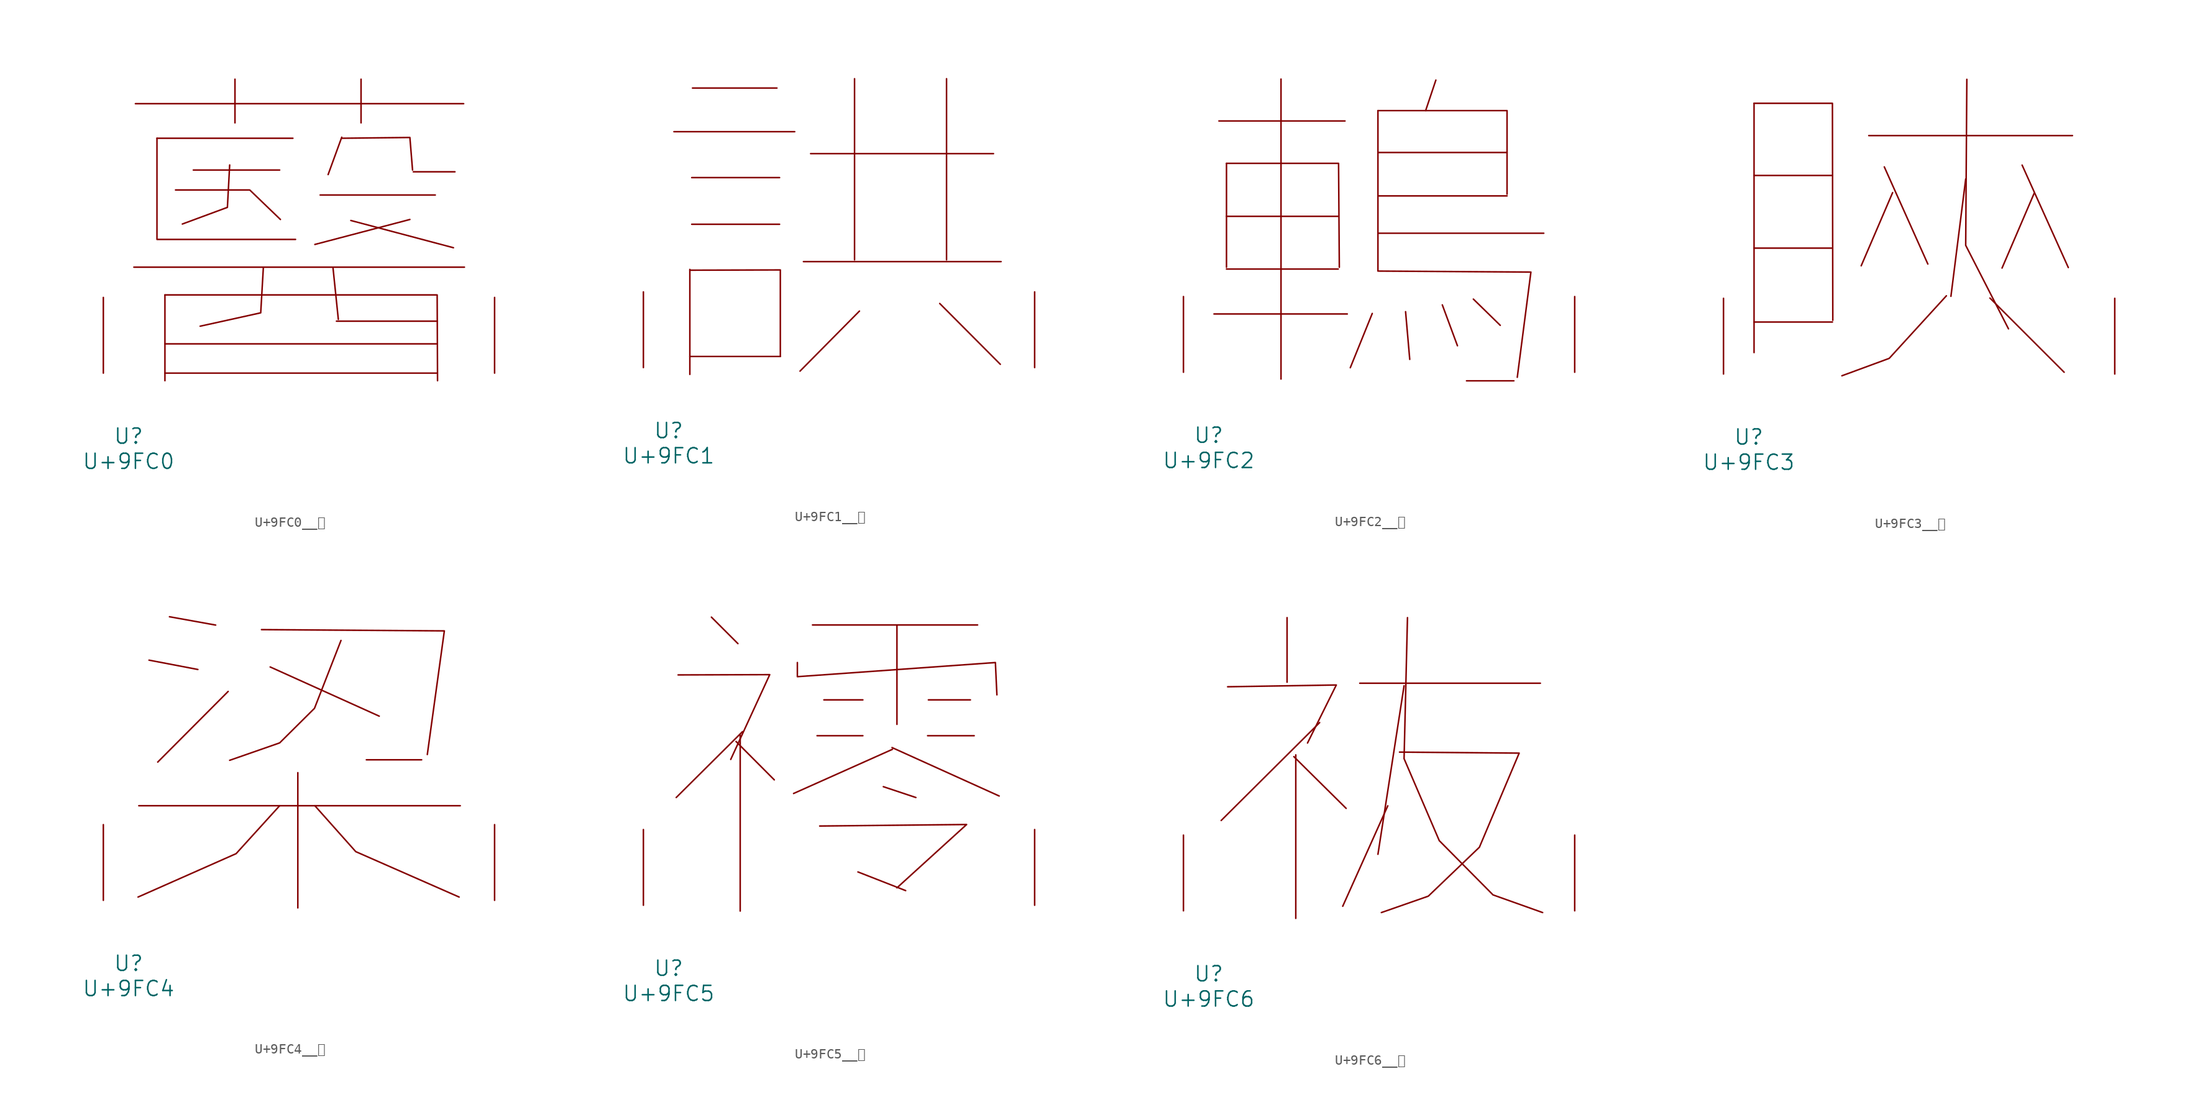
<source format=kicad_sym>
(kicad_symbol_lib
  (version 20231120)
  (generator "kicad_symbol_editor")
  (generator_version "8.0")
  (symbol "U+9FC0__鿀"
    (pin_names
      (offset 1.016))
    (property "Reference" "U"
      (at 0 -6.35 0)
      (effects (font (size 1.524 1.524))))
    (property "Value" "U+9FC0"
      (at 0 -8.89 0)
      (effects (font (size 1.524 1.524))))
    (symbol "U+9FC0__鿀_0_1"
      (polyline (pts (xy 0.533 10.668) (xy 33.795 10.668)) (stroke (width 0) (type solid)) (fill (type none)))
      (polyline (pts (xy 0.686 27.127) (xy 33.718 27.127)) (stroke (width 0) (type solid)) (fill (type none)))
      (polyline (pts (xy 2.857 13.462) (xy 16.802 13.462)) (stroke (width 0) (type solid)) (fill (type none)))
      (polyline (pts (xy 2.857 23.647) (xy 2.857 13.538)) (stroke (width 0) (type solid)) (fill (type none)))
      (polyline (pts (xy 2.857 23.647) (xy 16.535 23.647)) (stroke (width 0) (type solid)) (fill (type none)))
      (polyline (pts (xy 3.658 0) (xy 31.052 0)) (stroke (width 0) (type solid)) (fill (type none)))
      (polyline (pts (xy 3.658 2.946) (xy 31.052 2.946)) (stroke (width 0) (type solid)) (fill (type none)))
      (polyline (pts (xy 3.658 7.874) (xy 3.658 -0.762)) (stroke (width 0) (type solid)) (fill (type none)))
      (polyline (pts (xy 6.515 20.447) (xy 15.202 20.447)) (stroke (width 0) (type solid)) (fill (type none)))
      (polyline (pts (xy 10.706 29.591) (xy 10.706 25.197)) (stroke (width 0) (type solid)) (fill (type none)))
      (polyline (pts (xy 19.279 17.932) (xy 30.861 17.932)) (stroke (width 0) (type solid)) (fill (type none)))
      (polyline (pts (xy 20.574 10.566) (xy 21.107 5.41)) (stroke (width 0) (type solid)) (fill (type none)))
      (polyline (pts (xy 20.917 5.232) (xy 31.052 5.232)) (stroke (width 0) (type solid)) (fill (type none)))
      (polyline (pts (xy 21.45 23.749) (xy 20.079 19.99)) (stroke (width 0) (type solid)) (fill (type none)))
      (polyline (pts (xy 22.365 15.367) (xy 32.69 12.624)) (stroke (width 0) (type solid)) (fill (type none)))
      (polyline (pts (xy 23.393 29.591) (xy 23.393 25.197)) (stroke (width 0) (type solid)) (fill (type none)))
      (polyline (pts (xy 28.308 15.469) (xy 18.745 12.954)) (stroke (width 0) (type solid)) (fill (type none)))
      (polyline (pts (xy 28.651 20.269) (xy 32.842 20.269)) (stroke (width 0) (type solid)) (fill (type none)))
      (polyline (pts (xy 3.658 7.874) (xy 31.052 7.874) (xy 31.09 -0.762)) (stroke (width 0) (type solid)) (fill (type none)))
      (polyline (pts (xy 4.724 18.44) (xy 12.192 18.44) (xy 15.278 15.469)) (stroke (width 0) (type solid)) (fill (type none)))
      (polyline (pts (xy 10.173 20.955) (xy 9.944 16.688) (xy 5.41 15.011)) (stroke (width 0) (type solid)) (fill (type none)))
      (polyline (pts (xy 13.564 10.668) (xy 13.297 6.071) (xy 7.201 4.724)) (stroke (width 0) (type solid)) (fill (type none)))
      (polyline (pts (xy 21.45 23.647) (xy 28.308 23.724) (xy 28.575 20.447)) (stroke (width 0) (type solid)) (fill (type none)))
      (pin input line (at -2.54 0 90) (length 7.62) (name "~" (effects (font (size 1.27 1.27)))) (number "~" (effects (font (size 1.27 1.27)))))
      (pin input line (at 36.83 0 90) (length 7.62) (name "~" (effects (font (size 1.27 1.27)))) (number "~" (effects (font (size 1.27 1.27)))))))
  (symbol "U+9FC1__鿁"
    (pin_names
      (offset 1.016))
    (property "Reference" "U"
      (at 0 -6.35 0)
      (effects (font (size 1.524 1.524))))
    (property "Value" "U+9FC1"
      (at 0 -8.89 0)
      (effects (font (size 1.524 1.524))))
    (symbol "U+9FC1__鿁_0_1"
      (polyline (pts (xy 0.533 23.749) (xy 12.687 23.749)) (stroke (width 0) (type solid)) (fill (type none)))
      (polyline (pts (xy 2.134 1.118) (xy 11.239 1.118)) (stroke (width 0) (type solid)) (fill (type none)))
      (polyline (pts (xy 2.134 9.881) (xy 2.134 -0.686)) (stroke (width 0) (type solid)) (fill (type none)))
      (polyline (pts (xy 2.324 14.427) (xy 11.163 14.427)) (stroke (width 0) (type solid)) (fill (type none)))
      (polyline (pts (xy 2.324 19.126) (xy 11.163 19.126)) (stroke (width 0) (type solid)) (fill (type none)))
      (polyline (pts (xy 2.4 28.143) (xy 10.897 28.143)) (stroke (width 0) (type solid)) (fill (type none)))
      (polyline (pts (xy 13.564 10.668) (xy 33.452 10.668)) (stroke (width 0) (type solid)) (fill (type none)))
      (polyline (pts (xy 14.287 21.539) (xy 32.69 21.539)) (stroke (width 0) (type solid)) (fill (type none)))
      (polyline (pts (xy 18.707 29.083) (xy 18.707 10.846)) (stroke (width 0) (type solid)) (fill (type none)))
      (polyline (pts (xy 19.202 5.69) (xy 13.221 -0.356)) (stroke (width 0) (type solid)) (fill (type none)))
      (polyline (pts (xy 27.28 6.452) (xy 33.376 0.33)) (stroke (width 0) (type solid)) (fill (type none)))
      (polyline (pts (xy 27.965 29.083) (xy 27.965 10.846)) (stroke (width 0) (type solid)) (fill (type none)))
      (polyline (pts (xy 2.134 9.804) (xy 11.239 9.83) (xy 11.239 1.118)) (stroke (width 0) (type solid)) (fill (type none)))
      (pin input line (at -2.54 0 90) (length 7.62) (name "~" (effects (font (size 1.27 1.27)))) (number "~" (effects (font (size 1.27 1.27)))))
      (pin input line (at 36.83 0 90) (length 7.62) (name "~" (effects (font (size 1.27 1.27)))) (number "~" (effects (font (size 1.27 1.27)))))))
  (symbol "U+9FC2__鿂"
    (pin_names
      (offset 1.016))
    (property "Reference" "U"
      (at 0 -6.35 0)
      (effects (font (size 1.524 1.524))))
    (property "Value" "U+9FC2"
      (at 0 -8.89 0)
      (effects (font (size 1.524 1.524))))
    (symbol "U+9FC2__鿂_0_1"
      (polyline (pts (xy 0.533 5.867) (xy 13.945 5.867)) (stroke (width 0) (type solid)) (fill (type none)))
      (polyline (pts (xy 1.029 25.298) (xy 13.716 25.298)) (stroke (width 0) (type solid)) (fill (type none)))
      (polyline (pts (xy 1.791 10.389) (xy 13.03 10.389)) (stroke (width 0) (type solid)) (fill (type none)))
      (polyline (pts (xy 1.791 15.697) (xy 13.03 15.697)) (stroke (width 0) (type solid)) (fill (type none)))
      (polyline (pts (xy 1.791 21.031) (xy 1.791 10.566)) (stroke (width 0) (type solid)) (fill (type none)))
      (polyline (pts (xy 7.277 29.515) (xy 7.277 -0.686)) (stroke (width 0) (type solid)) (fill (type none)))
      (polyline (pts (xy 16.459 5.918) (xy 14.249 0.457)) (stroke (width 0) (type solid)) (fill (type none)))
      (polyline (pts (xy 17.031 13.995) (xy 33.718 13.995)) (stroke (width 0) (type solid)) (fill (type none)))
      (polyline (pts (xy 17.031 17.755) (xy 30.023 17.755)) (stroke (width 0) (type solid)) (fill (type none)))
      (polyline (pts (xy 17.031 22.123) (xy 30.023 22.123)) (stroke (width 0) (type solid)) (fill (type none)))
      (polyline (pts (xy 19.812 6.096) (xy 20.231 1.295)) (stroke (width 0) (type solid)) (fill (type none)))
      (polyline (pts (xy 22.86 29.413) (xy 21.831 26.34)) (stroke (width 0) (type solid)) (fill (type none)))
      (polyline (pts (xy 23.508 6.782) (xy 25.032 2.667)) (stroke (width 0) (type solid)) (fill (type none)))
      (polyline (pts (xy 25.946 -0.864) (xy 30.709 -0.864)) (stroke (width 0) (type solid)) (fill (type none)))
      (polyline (pts (xy 26.632 7.366) (xy 29.337 4.724)) (stroke (width 0) (type solid)) (fill (type none)))
      (polyline (pts (xy 1.791 21.031) (xy 13.068 21.031) (xy 13.145 10.566)) (stroke (width 0) (type solid)) (fill (type none)))
      (polyline (pts (xy 17.031 26.34) (xy 30.023 26.34) (xy 30.023 17.932)) (stroke (width 0) (type solid)) (fill (type none)))
      (polyline (pts (xy 17.031 26.34) (xy 17.031 10.185) (xy 32.423 10.084) (xy 31.052 -0.508)) (stroke (width 0) (type solid)) (fill (type none)))
      (pin input line (at -2.54 0 90) (length 7.62) (name "~" (effects (font (size 1.27 1.27)))) (number "~" (effects (font (size 1.27 1.27)))))
      (pin input line (at 36.83 0 90) (length 7.62) (name "~" (effects (font (size 1.27 1.27)))) (number "~" (effects (font (size 1.27 1.27)))))))
  (symbol "U+9FC3__鿃"
    (pin_names
      (offset 1.016))
    (property "Reference" "U"
      (at 0 -6.35 0)
      (effects (font (size 1.524 1.524))))
    (property "Value" "U+9FC3"
      (at 0 -8.89 0)
      (effects (font (size 1.524 1.524))))
    (symbol "U+9FC3__鿃_0_1"
      (polyline (pts (xy 0.533 5.232) (xy 8.42 5.232)) (stroke (width 0) (type solid)) (fill (type none)))
      (polyline (pts (xy 0.533 12.675) (xy 8.42 12.675)) (stroke (width 0) (type solid)) (fill (type none)))
      (polyline (pts (xy 0.533 19.99) (xy 8.42 19.99)) (stroke (width 0) (type solid)) (fill (type none)))
      (polyline (pts (xy 0.533 27.254) (xy 0.533 2.159)) (stroke (width 0) (type solid)) (fill (type none)))
      (polyline (pts (xy 12.078 24.003) (xy 32.575 24.003)) (stroke (width 0) (type solid)) (fill (type none)))
      (polyline (pts (xy 13.64 20.853) (xy 18.021 11.074)) (stroke (width 0) (type solid)) (fill (type none)))
      (polyline (pts (xy 14.478 18.263) (xy 11.316 10.897)) (stroke (width 0) (type solid)) (fill (type none)))
      (polyline (pts (xy 21.831 19.634) (xy 20.345 7.823)) (stroke (width 0) (type solid)) (fill (type none)))
      (polyline (pts (xy 24.27 7.645) (xy 31.737 0.178)) (stroke (width 0) (type solid)) (fill (type none)))
      (polyline (pts (xy 27.508 21.031) (xy 32.156 10.719)) (stroke (width 0) (type solid)) (fill (type none)))
      (polyline (pts (xy 28.727 18.212) (xy 25.489 10.668)) (stroke (width 0) (type solid)) (fill (type none)))
      (polyline (pts (xy 0.533 27.254) (xy 8.42 27.254) (xy 8.458 5.41)) (stroke (width 0) (type solid)) (fill (type none)))
      (polyline (pts (xy 19.888 7.874) (xy 14.135 1.575) (xy 9.373 -0.178)) (stroke (width 0) (type solid)) (fill (type none)))
      (polyline (pts (xy 21.946 29.667) (xy 21.831 12.954) (xy 26.137 4.547)) (stroke (width 0) (type solid)) (fill (type none)))
      (pin input line (at -2.54 0 90) (length 7.62) (name "~" (effects (font (size 1.27 1.27)))) (number "~" (effects (font (size 1.27 1.27)))))
      (pin input line (at 36.83 0 90) (length 7.62) (name "~" (effects (font (size 1.27 1.27)))) (number "~" (effects (font (size 1.27 1.27)))))))
  (symbol "U+9FC4__鿄"
    (pin_names
      (offset 1.016))
    (property "Reference" "U"
      (at 0 -6.35 0)
      (effects (font (size 1.524 1.524))))
    (property "Value" "U+9FC4"
      (at 0 -8.89 0)
      (effects (font (size 1.524 1.524))))
    (symbol "U+9FC4__鿄_0_1"
      (polyline (pts (xy 1.029 9.525) (xy 33.376 9.525)) (stroke (width 0) (type solid)) (fill (type none)))
      (polyline (pts (xy 2.057 24.181) (xy 6.972 23.241)) (stroke (width 0) (type solid)) (fill (type none)))
      (polyline (pts (xy 4.115 28.55) (xy 8.763 27.711)) (stroke (width 0) (type solid)) (fill (type none)))
      (polyline (pts (xy 10.02 21.031) (xy 2.934 13.919)) (stroke (width 0) (type solid)) (fill (type none)))
      (polyline (pts (xy 14.249 23.495) (xy 25.222 18.542)) (stroke (width 0) (type solid)) (fill (type none)))
      (polyline (pts (xy 17.031 12.852) (xy 17.031 -0.762)) (stroke (width 0) (type solid)) (fill (type none)))
      (polyline (pts (xy 23.927 14.148) (xy 29.489 14.148)) (stroke (width 0) (type solid)) (fill (type none)))
      (polyline (pts (xy 13.373 27.254) (xy 31.775 27.127) (xy 30.061 14.681)) (stroke (width 0) (type solid)) (fill (type none)))
      (polyline (pts (xy 15.202 9.525) (xy 10.82 4.699) (xy 0.953 0.33)) (stroke (width 0) (type solid)) (fill (type none)))
      (polyline (pts (xy 18.745 9.525) (xy 22.86 4.902) (xy 33.261 0.33)) (stroke (width 0) (type solid)) (fill (type none)))
      (polyline (pts (xy 21.374 26.162) (xy 18.707 19.329) (xy 15.202 15.85) (xy 10.173 14.097)) (stroke (width 0) (type solid)) (fill (type none)))
      (pin input line (at -2.54 0 90) (length 7.62) (name "~" (effects (font (size 1.27 1.27)))) (number "~" (effects (font (size 1.27 1.27)))))
      (pin input line (at 36.83 0 90) (length 7.62) (name "~" (effects (font (size 1.27 1.27)))) (number "~" (effects (font (size 1.27 1.27)))))))
  (symbol "U+9FC5__鿅"
    (pin_names
      (offset 1.016))
    (property "Reference" "U"
      (at 0 -6.35 0)
      (effects (font (size 1.524 1.524))))
    (property "Value" "U+9FC5"
      (at 0 -8.89 0)
      (effects (font (size 1.524 1.524))))
    (symbol "U+9FC5__鿅_0_1"
      (polyline (pts (xy 4.305 29.007) (xy 6.972 26.34)) (stroke (width 0) (type solid)) (fill (type none)))
      (polyline (pts (xy 6.782 16.485) (xy 10.63 12.624)) (stroke (width 0) (type solid)) (fill (type none)))
      (polyline (pts (xy 7.201 17.145) (xy 7.201 -0.584)) (stroke (width 0) (type solid)) (fill (type none)))
      (polyline (pts (xy 7.429 17.475) (xy 0.762 10.846)) (stroke (width 0) (type solid)) (fill (type none)))
      (polyline (pts (xy 14.478 28.219) (xy 31.09 28.219)) (stroke (width 0) (type solid)) (fill (type none)))
      (polyline (pts (xy 14.935 17.069) (xy 19.545 17.069)) (stroke (width 0) (type solid)) (fill (type none)))
      (polyline (pts (xy 15.621 20.676) (xy 19.545 20.676)) (stroke (width 0) (type solid)) (fill (type none)))
      (polyline (pts (xy 19.05 3.353) (xy 23.851 1.473)) (stroke (width 0) (type solid)) (fill (type none)))
      (polyline (pts (xy 21.603 11.938) (xy 24.879 10.846)) (stroke (width 0) (type solid)) (fill (type none)))
      (polyline (pts (xy 22.479 15.875) (xy 33.261 10.998)) (stroke (width 0) (type solid)) (fill (type none)))
      (polyline (pts (xy 22.517 15.697) (xy 12.573 11.252)) (stroke (width 0) (type solid)) (fill (type none)))
      (polyline (pts (xy 22.974 28.219) (xy 22.974 18.212)) (stroke (width 0) (type solid)) (fill (type none)))
      (polyline (pts (xy 26.06 17.069) (xy 30.747 17.069)) (stroke (width 0) (type solid)) (fill (type none)))
      (polyline (pts (xy 26.137 20.676) (xy 30.366 20.676)) (stroke (width 0) (type solid)) (fill (type none)))
      (polyline (pts (xy 0.953 23.19) (xy 10.173 23.216) (xy 6.248 14.681)) (stroke (width 0) (type solid)) (fill (type none)))
      (polyline (pts (xy 15.202 7.976) (xy 29.985 8.128) (xy 22.974 1.753)) (stroke (width 0) (type solid)) (fill (type none)))
      (polyline (pts (xy 12.954 24.435) (xy 12.954 23.012) (xy 32.88 24.435) (xy 33.033 21.184)) (stroke (width 0) (type solid)) (fill (type none)))
      (pin input line (at -2.54 0 90) (length 7.62) (name "~" (effects (font (size 1.27 1.27)))) (number "~" (effects (font (size 1.27 1.27)))))
      (pin input line (at 36.83 0 90) (length 7.62) (name "~" (effects (font (size 1.27 1.27)))) (number "~" (effects (font (size 1.27 1.27)))))))
  (symbol "U+9FC6__鿆"
    (pin_names
      (offset 1.016))
    (property "Reference" "U"
      (at 0 -6.35 0)
      (effects (font (size 1.524 1.524))))
    (property "Value" "U+9FC6"
      (at 0 -8.89 0)
      (effects (font (size 1.524 1.524))))
    (symbol "U+9FC6__鿆_0_1"
      (polyline (pts (xy 7.887 29.515) (xy 7.887 23.012)) (stroke (width 0) (type solid)) (fill (type none)))
      (polyline (pts (xy 8.572 15.519) (xy 13.83 10.312)) (stroke (width 0) (type solid)) (fill (type none)))
      (polyline (pts (xy 8.763 15.697) (xy 8.763 -0.762)) (stroke (width 0) (type solid)) (fill (type none)))
      (polyline (pts (xy 11.163 18.948) (xy 1.257 9.093)) (stroke (width 0) (type solid)) (fill (type none)))
      (polyline (pts (xy 15.202 22.911) (xy 33.376 22.911)) (stroke (width 0) (type solid)) (fill (type none)))
      (polyline (pts (xy 18.021 10.566) (xy 13.487 0.457)) (stroke (width 0) (type solid)) (fill (type none)))
      (polyline (pts (xy 19.66 22.657) (xy 17.031 5.69)) (stroke (width 0) (type solid)) (fill (type none)))
      (polyline (pts (xy 1.905 22.555) (xy 12.84 22.733) (xy 9.944 16.891)) (stroke (width 0) (type solid)) (fill (type none)))
      (polyline (pts (xy 19.202 15.977) (xy 31.242 15.875) (xy 27.241 6.401) (xy 22.098 1.473) (xy 17.374 -0.178)) (stroke (width 0) (type solid)) (fill (type none)))
      (polyline (pts (xy 20.003 29.515) (xy 19.66 15.316) (xy 23.203 7.061) (xy 28.613 1.6) (xy 33.604 -0.178)) (stroke (width 0) (type solid)) (fill (type none)))
      (pin input line (at -2.54 0 90) (length 7.62) (name "~" (effects (font (size 1.27 1.27)))) (number "~" (effects (font (size 1.27 1.27)))))
      (pin input line (at 36.83 0 90) (length 7.62) (name "~" (effects (font (size 1.27 1.27)))) (number "~" (effects (font (size 1.27 1.27))))))))
</source>
